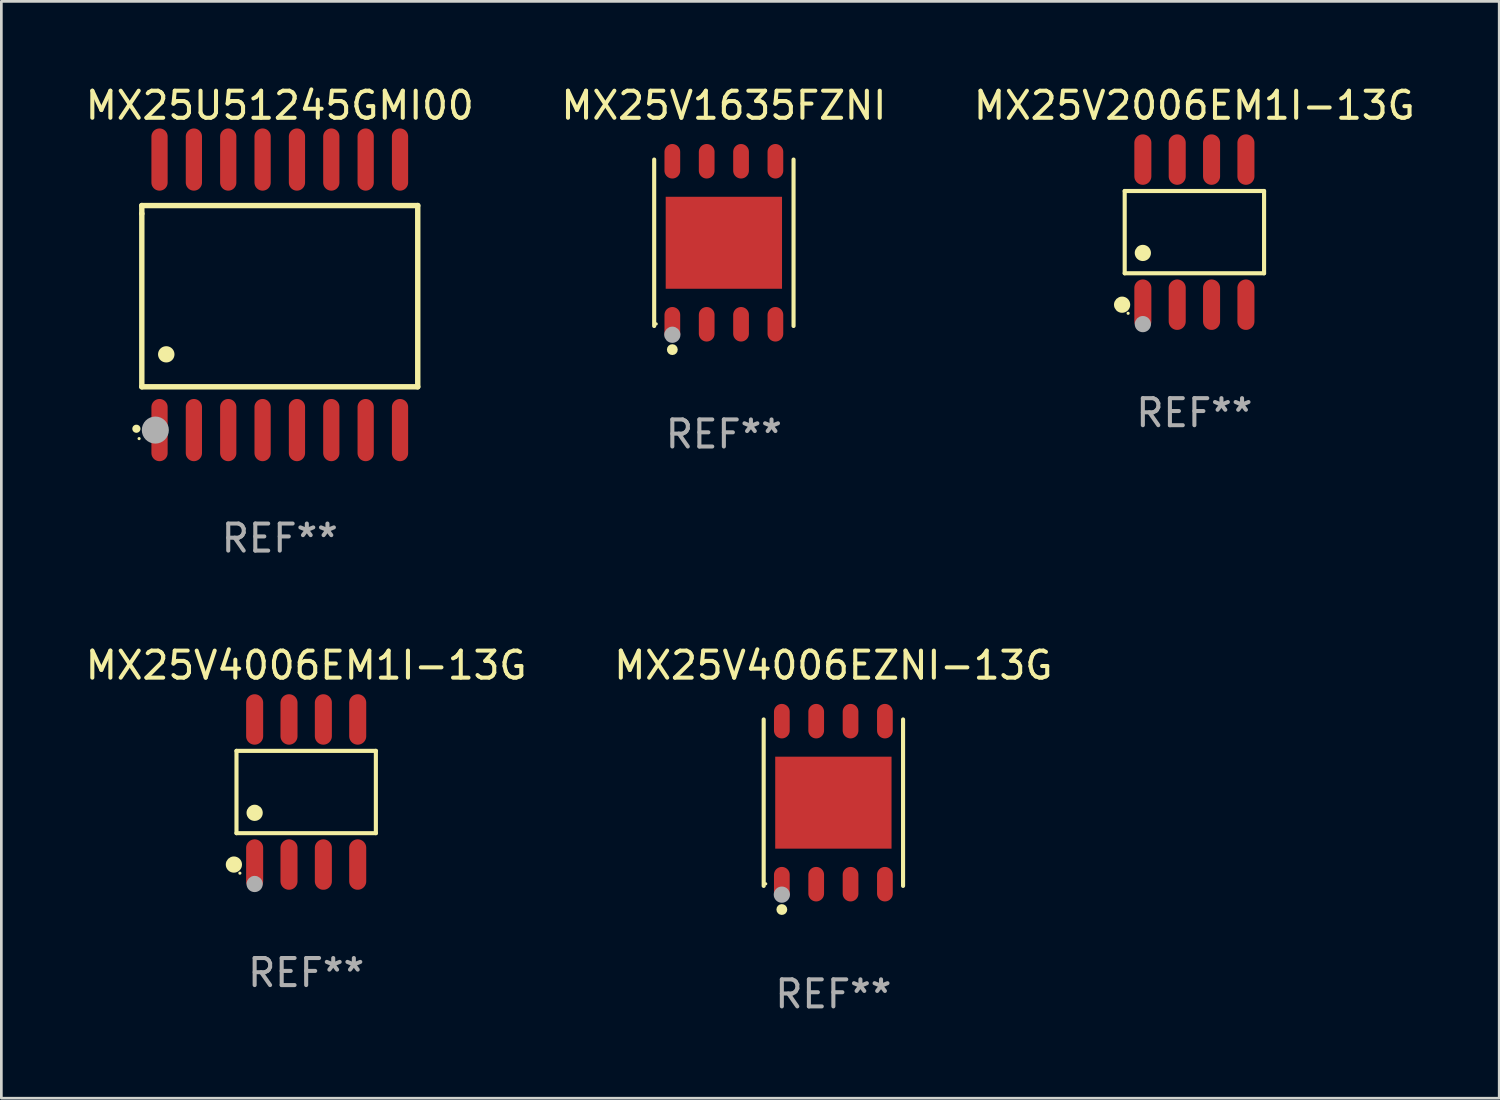
<source format=kicad_pcb>
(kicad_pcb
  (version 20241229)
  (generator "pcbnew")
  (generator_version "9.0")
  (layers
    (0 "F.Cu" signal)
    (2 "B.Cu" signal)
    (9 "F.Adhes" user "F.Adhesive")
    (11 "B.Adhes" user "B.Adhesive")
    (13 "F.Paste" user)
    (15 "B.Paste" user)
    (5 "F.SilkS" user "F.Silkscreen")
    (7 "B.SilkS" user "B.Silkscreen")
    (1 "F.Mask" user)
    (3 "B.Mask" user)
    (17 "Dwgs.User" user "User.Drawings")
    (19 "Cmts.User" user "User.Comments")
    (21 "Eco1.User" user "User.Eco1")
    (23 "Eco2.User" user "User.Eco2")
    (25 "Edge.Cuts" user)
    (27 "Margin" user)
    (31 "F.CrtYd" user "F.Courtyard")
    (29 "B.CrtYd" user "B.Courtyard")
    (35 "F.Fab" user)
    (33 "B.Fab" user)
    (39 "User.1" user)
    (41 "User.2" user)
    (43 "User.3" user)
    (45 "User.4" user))
  (footprint "MX25V4006EM1I-13G"
    (layer "F.Cu")
    (at 8.268 26.227)
    (property "Reference" "MX25V4006EM1I-13G" (at 0 -4.682 0) (layer "F.SilkS") (effects (font (size 1 1) (thickness 0.15))))
    (attr through_hole)
    (fp_line (start -2.576 -1.521) (end 2.576 -1.521) (stroke (width 0.152) (type solid)) (layer "F.SilkS"))
    (fp_line (start -2.576 1.521) (end -2.576 -1.521) (stroke (width 0.152) (type solid)) (layer "F.SilkS"))
    (fp_line (start 2.576 -1.521) (end 2.576 1.521) (stroke (width 0.152) (type solid)) (layer "F.SilkS"))
    (fp_line (start 2.576 1.521) (end -2.576 1.521) (stroke (width 0.152) (type solid)) (layer "F.SilkS"))
    (fp_circle (center -2.672 2.682) (end -2.522 2.682) (stroke (width 0.3) (type solid)) (fill no) (layer "F.SilkS"))
    (fp_circle (center -2.45 3) (end -2.42 3) (stroke (width 0.06) (type solid)) (fill no) (layer "F.SilkS"))
    (fp_circle (center -1.905 0.769) (end -1.755 0.769) (stroke (width 0.3) (type solid)) (fill no) (layer "F.SilkS"))
    (fp_circle (center -1.905 3.4) (end -1.755 3.4) (stroke (width 0.3) (type solid)) (fill no) (layer "F.Fab"))
    (fp_text user "REF**" (at 0 6.682 0) (layer "F.Fab") (effects (font (size 1 1) (thickness 0.15))))
    (pad "1" smd oval (at -1.905 2.682) (size 0.63 1.865) (layers "F.Cu" "F.Mask" "F.Paste"))
    (pad "2" smd oval (at -0.635 2.682) (size 0.63 1.865) (layers "F.Cu" "F.Mask" "F.Paste"))
    (pad "3" smd oval (at 0.635 2.682) (size 0.63 1.865) (layers "F.Cu" "F.Mask" "F.Paste"))
    (pad "4" smd oval (at 1.905 2.682) (size 0.63 1.865) (layers "F.Cu" "F.Mask" "F.Paste"))
    (pad "5" smd oval (at 1.905 -2.682) (size 0.63 1.865) (layers "F.Cu" "F.Mask" "F.Paste"))
    (pad "6" smd oval (at 0.635 -2.682) (size 0.63 1.865) (layers "F.Cu" "F.Mask" "F.Paste"))
    (pad "7" smd oval (at -0.635 -2.682) (size 0.63 1.865) (layers "F.Cu" "F.Mask" "F.Paste"))
    (pad "8" smd oval (at -1.905 -2.682) (size 0.63 1.865) (layers "F.Cu" "F.Mask" "F.Paste")))
  (footprint "MX25V4006EZNI-13G"
    (layer "F.Cu")
    (at 27.756 26.621)
    (property "Reference" "MX25V4006EZNI-13G" (at 0 -5.076 0) (layer "F.SilkS") (effects (font (size 1 1) (thickness 0.15))))
    (attr through_hole)
    (fp_line (start -2.576 3.076) (end -2.576 -3.076) (stroke (width 0.152) (type solid)) (layer "F.SilkS"))
    (fp_line (start 2.576 -3.076) (end 2.576 3.076) (stroke (width 0.152) (type solid)) (layer "F.SilkS"))
    (fp_circle (center -2.5 3) (end -2.47 3) (stroke (width 0.06) (type solid)) (fill no) (layer "F.SilkS"))
    (fp_circle (center -1.905 3.95) (end -1.805 3.95) (stroke (width 0.2) (type solid)) (fill no) (layer "F.SilkS"))
    (fp_circle (center -1.905 3.4) (end -1.755 3.4) (stroke (width 0.3) (type solid)) (fill no) (layer "F.Fab"))
    (fp_text user "REF**" (at 0 7.076 0) (layer "F.Fab") (effects (font (size 1 1) (thickness 0.15))))
    (pad "1" smd oval (at -1.905 3.013) (size 0.581 1.276) (layers "F.Cu" "F.Mask" "F.Paste"))
    (pad "2" smd oval (at -0.635 3.013) (size 0.581 1.276) (layers "F.Cu" "F.Mask" "F.Paste"))
    (pad "3" smd oval (at 0.635 3.013) (size 0.581 1.276) (layers "F.Cu" "F.Mask" "F.Paste"))
    (pad "4" smd oval (at 1.905 3.013) (size 0.581 1.276) (layers "F.Cu" "F.Mask" "F.Paste"))
    (pad "5" smd oval (at 1.905 -3.013) (size 0.581 1.276) (layers "F.Cu" "F.Mask" "F.Paste"))
    (pad "6" smd oval (at 0.635 -3.013) (size 0.581 1.276) (layers "F.Cu" "F.Mask" "F.Paste"))
    (pad "7" smd oval (at -0.635 -3.013) (size 0.581 1.276) (layers "F.Cu" "F.Mask" "F.Paste"))
    (pad "8" smd oval (at -1.905 -3.013) (size 0.581 1.276) (layers "F.Cu" "F.Mask" "F.Paste"))
    (pad "9" smd rect (at 0 0) (size 4.3 3.4) (layers "F.Cu" "F.Mask" "F.Paste")))
  (footprint "MX25V2006EM1I-13G"
    (layer "F.Cu")
    (at 41.101 5.531)
    (property "Reference" "MX25V2006EM1I-13G" (at 0 -4.682 0) (layer "F.SilkS") (effects (font (size 1 1) (thickness 0.15))))
    (attr through_hole)
    (fp_line (start -2.576 -1.521) (end 2.576 -1.521) (stroke (width 0.152) (type solid)) (layer "F.SilkS"))
    (fp_line (start -2.576 1.521) (end -2.576 -1.521) (stroke (width 0.152) (type solid)) (layer "F.SilkS"))
    (fp_line (start 2.576 -1.521) (end 2.576 1.521) (stroke (width 0.152) (type solid)) (layer "F.SilkS"))
    (fp_line (start 2.576 1.521) (end -2.576 1.521) (stroke (width 0.152) (type solid)) (layer "F.SilkS"))
    (fp_circle (center -2.672 2.682) (end -2.522 2.682) (stroke (width 0.3) (type solid)) (fill no) (layer "F.SilkS"))
    (fp_circle (center -2.45 3) (end -2.42 3) (stroke (width 0.06) (type solid)) (fill no) (layer "F.SilkS"))
    (fp_circle (center -1.905 0.769) (end -1.755 0.769) (stroke (width 0.3) (type solid)) (fill no) (layer "F.SilkS"))
    (fp_circle (center -1.905 3.4) (end -1.755 3.4) (stroke (width 0.3) (type solid)) (fill no) (layer "F.Fab"))
    (fp_text user "REF**" (at 0 6.682 0) (layer "F.Fab") (effects (font (size 1 1) (thickness 0.15))))
    (pad "1" smd oval (at -1.905 2.682) (size 0.63 1.865) (layers "F.Cu" "F.Mask" "F.Paste"))
    (pad "2" smd oval (at -0.635 2.682) (size 0.63 1.865) (layers "F.Cu" "F.Mask" "F.Paste"))
    (pad "3" smd oval (at 0.635 2.682) (size 0.63 1.865) (layers "F.Cu" "F.Mask" "F.Paste"))
    (pad "4" smd oval (at 1.905 2.682) (size 0.63 1.865) (layers "F.Cu" "F.Mask" "F.Paste"))
    (pad "5" smd oval (at 1.905 -2.682) (size 0.63 1.865) (layers "F.Cu" "F.Mask" "F.Paste"))
    (pad "6" smd oval (at 0.635 -2.682) (size 0.63 1.865) (layers "F.Cu" "F.Mask" "F.Paste"))
    (pad "7" smd oval (at -0.635 -2.682) (size 0.63 1.865) (layers "F.Cu" "F.Mask" "F.Paste"))
    (pad "8" smd oval (at -1.905 -2.682) (size 0.63 1.865) (layers "F.Cu" "F.Mask" "F.Paste")))
  (footprint "MX25V1635FZNI"
    (layer "F.Cu")
    (at 23.708 5.924)
    (property "Reference" "MX25V1635FZNI" (at 0 -5.076 0) (layer "F.SilkS") (effects (font (size 1 1) (thickness 0.15))))
    (attr through_hole)
    (fp_line (start -2.576 3.076) (end -2.576 -3.076) (stroke (width 0.152) (type solid)) (layer "F.SilkS"))
    (fp_line (start 2.576 -3.076) (end 2.576 3.076) (stroke (width 0.152) (type solid)) (layer "F.SilkS"))
    (fp_circle (center -2.5 3) (end -2.47 3) (stroke (width 0.06) (type solid)) (fill no) (layer "F.SilkS"))
    (fp_circle (center -1.905 3.95) (end -1.805 3.95) (stroke (width 0.2) (type solid)) (fill no) (layer "F.SilkS"))
    (fp_circle (center -1.905 3.4) (end -1.755 3.4) (stroke (width 0.3) (type solid)) (fill no) (layer "F.Fab"))
    (fp_text user "REF**" (at 0 7.076 0) (layer "F.Fab") (effects (font (size 1 1) (thickness 0.15))))
    (pad "1" smd oval (at -1.905 3.013) (size 0.581 1.276) (layers "F.Cu" "F.Mask" "F.Paste"))
    (pad "2" smd oval (at -0.635 3.013) (size 0.581 1.276) (layers "F.Cu" "F.Mask" "F.Paste"))
    (pad "3" smd oval (at 0.635 3.013) (size 0.581 1.276) (layers "F.Cu" "F.Mask" "F.Paste"))
    (pad "4" smd oval (at 1.905 3.013) (size 0.581 1.276) (layers "F.Cu" "F.Mask" "F.Paste"))
    (pad "5" smd oval (at 1.905 -3.013) (size 0.581 1.276) (layers "F.Cu" "F.Mask" "F.Paste"))
    (pad "6" smd oval (at 0.635 -3.013) (size 0.581 1.276) (layers "F.Cu" "F.Mask" "F.Paste"))
    (pad "7" smd oval (at -0.635 -3.013) (size 0.581 1.276) (layers "F.Cu" "F.Mask" "F.Paste"))
    (pad "8" smd oval (at -1.905 -3.013) (size 0.581 1.276) (layers "F.Cu" "F.Mask" "F.Paste"))
    (pad "9" smd rect (at 0 0) (size 4.3 3.4) (layers "F.Cu" "F.Mask" "F.Paste")))
  (footprint "MX25U51245GMI00"
    (layer "F.Cu")
    (at 7.292 7.848)
    (property "Reference" "MX25U51245GMI00" (at 0 -7 0) (layer "F.SilkS") (effects (font (size 1 1) (thickness 0.15))))
    (attr through_hole)
    (fp_line (start -5.1 -3.3) (end -5.1 -3) (stroke (width 0.2) (type solid)) (layer "F.SilkS"))
    (fp_line (start -5.1 -3) (end -5.1 3.4) (stroke (width 0.2) (type solid)) (layer "F.SilkS"))
    (fp_line (start -5.1 3.4) (end 5.1 3.4) (stroke (width 0.2) (type solid)) (layer "F.SilkS"))
    (fp_line (start 5.1 -3.3) (end -5.1 -3.3) (stroke (width 0.2) (type solid)) (layer "F.SilkS"))
    (fp_line (start 5.1 3.4) (end 5.1 -3.3) (stroke (width 0.2) (type solid)) (layer "F.SilkS"))
    (fp_arc (start -5.300991 4.950495) (mid -5.299721 4.95049) (end -5.298451 4.950495) (stroke (width 0.3) (type solid)) (layer "F.SilkS"))
    (fp_arc (start -4.2 2.200025) (mid -4.19619 2.200001) (end -4.19238 2.200025) (stroke (width 0.6) (type solid)) (layer "F.SilkS"))
    (fp_circle (center -5.2 5.315) (end -5.17 5.315) (stroke (width 0.06) (type solid)) (fill no) (layer "F.SilkS"))
    (fp_circle (center -4.6 5) (end -4.35 5) (stroke (width 0.5) (type solid)) (fill no) (layer "F.Fab"))
    (fp_text user "REF**" (at 0 9 0) (layer "F.Fab") (effects (font (size 1 1) (thickness 0.15))))
    (pad "1" smd oval (at -4.445 5 180) (size 0.6 2.3) (layers "F.Cu" "F.Mask" "F.Paste"))
    (pad "2" smd oval (at -3.175 5 180) (size 0.6 2.3) (layers "F.Cu" "F.Mask" "F.Paste"))
    (pad "3" smd oval (at -1.905 5 180) (size 0.6 2.3) (layers "F.Cu" "F.Mask" "F.Paste"))
    (pad "4" smd oval (at -0.635 5 180) (size 0.6 2.3) (layers "F.Cu" "F.Mask" "F.Paste"))
    (pad "5" smd oval (at 0.635 5 180) (size 0.6 2.3) (layers "F.Cu" "F.Mask" "F.Paste"))
    (pad "6" smd oval (at 1.905 5 180) (size 0.6 2.3) (layers "F.Cu" "F.Mask" "F.Paste"))
    (pad "7" smd oval (at 3.175 5 180) (size 0.6 2.3) (layers "F.Cu" "F.Mask" "F.Paste"))
    (pad "8" smd oval (at 4.445 5 180) (size 0.6 2.3) (layers "F.Cu" "F.Mask" "F.Paste"))
    (pad "9" smd oval (at 4.445 -5 180) (size 0.6 2.3) (layers "F.Cu" "F.Mask" "F.Paste"))
    (pad "10" smd oval (at 3.175 -5 180) (size 0.6 2.3) (layers "F.Cu" "F.Mask" "F.Paste"))
    (pad "11" smd oval (at 1.905 -5 180) (size 0.6 2.3) (layers "F.Cu" "F.Mask" "F.Paste"))
    (pad "12" smd oval (at 0.635 -5 180) (size 0.6 2.3) (layers "F.Cu" "F.Mask" "F.Paste"))
    (pad "13" smd oval (at -0.635 -5 180) (size 0.6 2.3) (layers "F.Cu" "F.Mask" "F.Paste"))
    (pad "14" smd oval (at -1.905 -5 180) (size 0.6 2.3) (layers "F.Cu" "F.Mask" "F.Paste"))
    (pad "15" smd oval (at -3.175 -5 180) (size 0.6 2.3) (layers "F.Cu" "F.Mask" "F.Paste"))
    (pad "16" smd oval (at -4.445 -5 180) (size 0.6 2.3) (layers "F.Cu" "F.Mask" "F.Paste")))
  (gr_rect
    (start -3 -3)
    (end 52.369 37.545)
    (stroke (width 0.1) (type default))
    (fill no)
    (layer "Edge.Cuts")))
</source>
